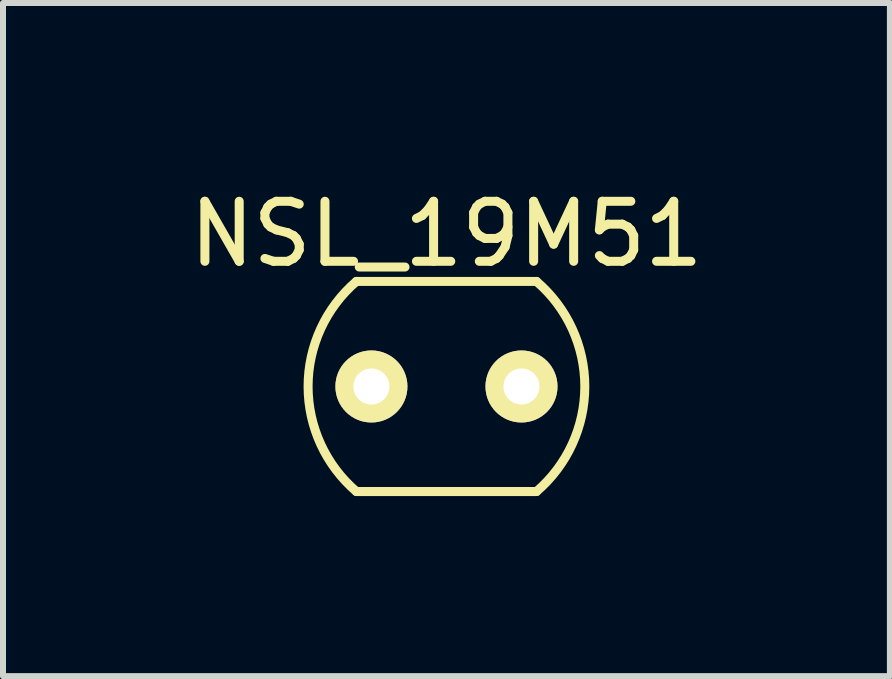
<source format=kicad_pcb>
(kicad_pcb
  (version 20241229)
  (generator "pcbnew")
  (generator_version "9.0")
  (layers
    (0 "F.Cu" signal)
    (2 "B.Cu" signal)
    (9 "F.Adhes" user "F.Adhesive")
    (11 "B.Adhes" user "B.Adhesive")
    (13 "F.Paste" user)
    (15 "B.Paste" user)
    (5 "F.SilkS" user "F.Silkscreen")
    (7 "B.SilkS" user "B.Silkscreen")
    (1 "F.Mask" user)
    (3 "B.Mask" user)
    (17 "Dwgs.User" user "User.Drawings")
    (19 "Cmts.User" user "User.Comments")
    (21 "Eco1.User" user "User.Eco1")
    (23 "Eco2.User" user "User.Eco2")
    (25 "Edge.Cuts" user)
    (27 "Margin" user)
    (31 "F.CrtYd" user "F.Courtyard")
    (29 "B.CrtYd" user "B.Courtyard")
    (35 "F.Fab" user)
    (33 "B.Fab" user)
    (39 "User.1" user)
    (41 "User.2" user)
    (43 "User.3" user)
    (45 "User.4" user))
  (footprint "NSL_19M51"
    (layer "F.Cu")
    (at 4.387 3.388)
    (property "Reference" "NSL_19M51" (at 0 -2.54 0) (layer "F.SilkS") (effects (font (size 1 1) (thickness 0.15))))
    (attr through_hole)
    (fp_line (start -1.5 -1.75) (end 1.5 -1.75) (stroke (width 0.15) (type solid)) (layer "F.SilkS"))
    (fp_line (start -1.5 1.75) (end 1.5 1.75) (stroke (width 0.15) (type solid)) (layer "F.SilkS"))
    (fp_arc (start -1.5 1.75) (mid -2.304886 0) (end -1.5 -1.75) (stroke (width 0.15) (type solid)) (layer "F.SilkS"))
    (fp_arc (start 1.5 -1.75) (mid 2.304886 0) (end 1.5 1.75) (stroke (width 0.15) (type solid)) (layer "F.SilkS"))
    (pad "1" thru_hole circle (at -1.25 0) (size 1.2 1.2) (drill 0.6) (layers "*.Cu" "*.Mask" "F.SilkS"))
    (pad "2" thru_hole circle (at 1.25 0) (size 1.2 1.2) (drill 0.6) (layers "*.Cu" "*.Mask" "F.SilkS")))
  (gr_rect
    (start -3 -3)
    (end 11.774 8.213)
    (stroke (width 0.1) (type default))
    (fill no)
    (layer "Edge.Cuts")))
</source>
